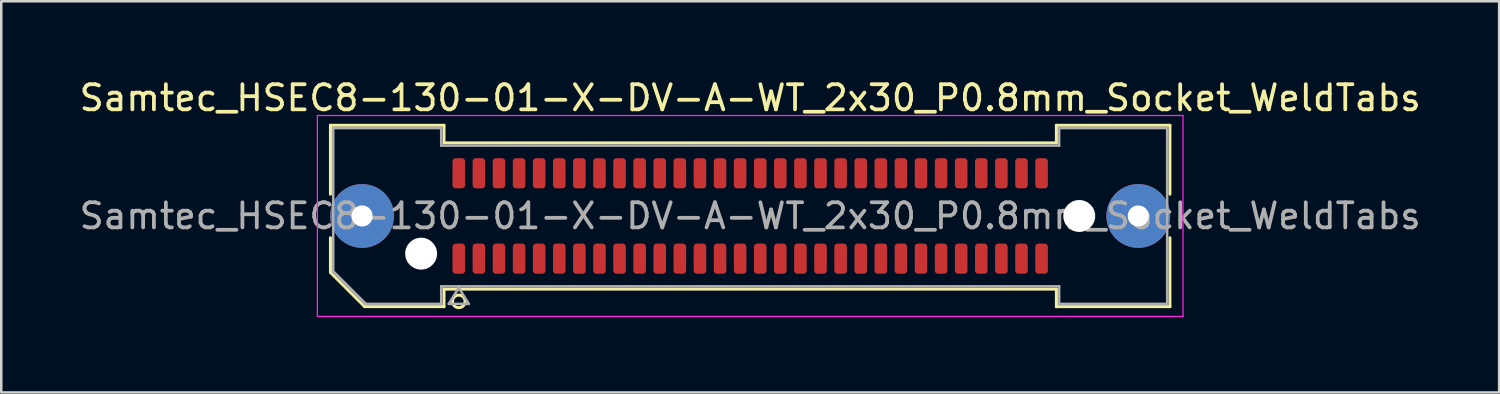
<source format=kicad_pcb>
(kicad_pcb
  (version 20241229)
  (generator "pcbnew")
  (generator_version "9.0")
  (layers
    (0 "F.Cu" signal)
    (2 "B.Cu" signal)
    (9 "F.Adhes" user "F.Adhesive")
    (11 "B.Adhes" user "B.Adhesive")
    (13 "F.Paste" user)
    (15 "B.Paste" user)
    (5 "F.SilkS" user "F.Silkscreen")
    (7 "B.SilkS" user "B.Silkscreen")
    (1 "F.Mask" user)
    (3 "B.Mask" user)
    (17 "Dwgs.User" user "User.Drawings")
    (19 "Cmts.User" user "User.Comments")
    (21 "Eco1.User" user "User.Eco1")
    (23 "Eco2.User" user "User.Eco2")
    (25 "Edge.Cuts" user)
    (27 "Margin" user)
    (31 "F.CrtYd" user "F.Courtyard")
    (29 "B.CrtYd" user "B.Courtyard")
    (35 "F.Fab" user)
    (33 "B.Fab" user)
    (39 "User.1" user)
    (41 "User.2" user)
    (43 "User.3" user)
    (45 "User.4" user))
  (footprint "Samtec_HSEC8-130-01-X-DV-A-WT_2x30_P0.8mm_Socket_WeldTabs"
    (layer "F.Cu")
    (at 26.815 5.548)
    (property "Reference" "Samtec_HSEC8-130-01-X-DV-A-WT_2x30_P0.8mm_Socket_WeldTabs" (at 0 -4.7 0) (layer "F.SilkS") (effects (font (size 1 1) (thickness 0.15))))
    (attr smd)
    (fp_line (start -16.71 -3.61) (end -12.19 -3.61) (stroke (width 0.12) (type solid)) (layer "F.SilkS"))
    (fp_line (start -16.71 -0.868) (end -16.71 -3.61) (stroke (width 0.12) (type solid)) (layer "F.SilkS"))
    (fp_line (start -16.71 2.246) (end -16.71 0.868) (stroke (width 0.12) (type solid)) (layer "F.SilkS"))
    (fp_line (start -15.346 3.61) (end -16.71 2.246) (stroke (width 0.12) (type solid)) (layer "F.SilkS"))
    (fp_line (start -12.19 -3.61) (end -12.19 -2.91) (stroke (width 0.12) (type solid)) (layer "F.SilkS"))
    (fp_line (start -12.19 -2.91) (end 12.19 -2.91) (stroke (width 0.12) (type solid)) (layer "F.SilkS"))
    (fp_line (start -12.19 2.91) (end -12.19 3.61) (stroke (width 0.12) (type solid)) (layer "F.SilkS"))
    (fp_line (start -12.19 3.61) (end -15.346 3.61) (stroke (width 0.12) (type solid)) (layer "F.SilkS"))
    (fp_line (start 12.19 -3.61) (end 16.71 -3.61) (stroke (width 0.12) (type solid)) (layer "F.SilkS"))
    (fp_line (start 12.19 -2.91) (end 12.19 -3.61) (stroke (width 0.12) (type solid)) (layer "F.SilkS"))
    (fp_line (start 12.19 2.91) (end -12.19 2.91) (stroke (width 0.12) (type solid)) (layer "F.SilkS"))
    (fp_line (start 12.19 3.61) (end 12.19 2.91) (stroke (width 0.12) (type solid)) (layer "F.SilkS"))
    (fp_line (start 16.71 -3.61) (end 16.71 -0.868) (stroke (width 0.12) (type solid)) (layer "F.SilkS"))
    (fp_line (start 16.71 0.868) (end 16.71 3.61) (stroke (width 0.12) (type solid)) (layer "F.SilkS"))
    (fp_line (start 16.71 3.61) (end 12.19 3.61) (stroke (width 0.12) (type solid)) (layer "F.SilkS"))
    (fp_circle (center -11.6 3.4) (end -11.35 3.4) (stroke (width 0.12) (type solid)) (fill no) (layer "F.SilkS"))
    (fp_line (start -17.23 -4) (end -17.23 4) (stroke (width 0.05) (type solid)) (layer "F.CrtYd"))
    (fp_line (start -17.23 4) (end 17.23 4) (stroke (width 0.05) (type solid)) (layer "F.CrtYd"))
    (fp_line (start 17.23 -4) (end -17.23 -4) (stroke (width 0.05) (type solid)) (layer "F.CrtYd"))
    (fp_line (start 17.23 4) (end 17.23 -4) (stroke (width 0.05) (type solid)) (layer "F.CrtYd"))
    (fp_line (start -16.6 -3.5) (end -12.3 -3.5) (stroke (width 0.1) (type solid)) (layer "F.Fab"))
    (fp_line (start -16.6 2.2) (end -16.6 -3.5) (stroke (width 0.1) (type solid)) (layer "F.Fab"))
    (fp_line (start -15.3 3.5) (end -16.6 2.2) (stroke (width 0.1) (type solid)) (layer "F.Fab"))
    (fp_line (start -12.3 -3.5) (end -12.3 -2.8) (stroke (width 0.1) (type solid)) (layer "F.Fab"))
    (fp_line (start -12.3 -2.8) (end 12.3 -2.8) (stroke (width 0.1) (type solid)) (layer "F.Fab"))
    (fp_line (start -12.3 2.8) (end -12.3 3.5) (stroke (width 0.1) (type solid)) (layer "F.Fab"))
    (fp_line (start -12.3 3.5) (end -15.3 3.5) (stroke (width 0.1) (type solid)) (layer "F.Fab"))
    (fp_line (start -12 3.5) (end -11.6 2.86) (stroke (width 0.1) (type solid)) (layer "F.Fab"))
    (fp_line (start -11.6 2.86) (end -11.2 3.5) (stroke (width 0.1) (type solid)) (layer "F.Fab"))
    (fp_line (start -11.2 3.5) (end -12 3.5) (stroke (width 0.1) (type solid)) (layer "F.Fab"))
    (fp_line (start 12.3 -3.5) (end 16.6 -3.5) (stroke (width 0.1) (type solid)) (layer "F.Fab"))
    (fp_line (start 12.3 -2.8) (end 12.3 -3.5) (stroke (width 0.1) (type solid)) (layer "F.Fab"))
    (fp_line (start 12.3 2.8) (end -12.3 2.8) (stroke (width 0.1) (type solid)) (layer "F.Fab"))
    (fp_line (start 12.3 3.5) (end 12.3 2.8) (stroke (width 0.1) (type solid)) (layer "F.Fab"))
    (fp_line (start 16.6 -3.5) (end 16.6 3.5) (stroke (width 0.1) (type solid)) (layer "F.Fab"))
    (fp_line (start 16.6 3.5) (end 12.3 3.5) (stroke (width 0.1) (type solid)) (layer "F.Fab"))
    (fp_text user "${REFERENCE}" (at 0 0 0) (layer "F.Fab") (effects (font (size 1 1) (thickness 0.15))))
    (pad "" thru_hole circle (at -15.45 0) (size 2.54 2.54) (drill 0.84) (layers "*.Cu" "*.Mask" "F.Paste"))
    (pad "" np_thru_hole circle (at -13.1 1.5) (size 1.27 1.27) (drill 1.27) (layers "*.Cu" "*.Mask"))
    (pad "" np_thru_hole circle (at 13.1 0) (size 1.27 1.27) (drill 1.27) (layers "*.Cu" "*.Mask"))
    (pad "" thru_hole circle (at 15.45 0) (size 2.54 2.54) (drill 0.84) (layers "*.Cu" "*.Mask" "F.Paste"))
    (pad "1" smd roundrect (at -11.6 1.7) (size 0.5 1.2) (layers "F.Cu" "F.Mask" "F.Paste") (roundrect_rratio 0.25))
    (pad "2" smd roundrect (at -11.6 -1.7) (size 0.5 1.2) (layers "F.Cu" "F.Mask" "F.Paste") (roundrect_rratio 0.25))
    (pad "3" smd roundrect (at -10.8 1.7) (size 0.5 1.2) (layers "F.Cu" "F.Mask" "F.Paste") (roundrect_rratio 0.25))
    (pad "4" smd roundrect (at -10.8 -1.7) (size 0.5 1.2) (layers "F.Cu" "F.Mask" "F.Paste") (roundrect_rratio 0.25))
    (pad "5" smd roundrect (at -10 1.7) (size 0.5 1.2) (layers "F.Cu" "F.Mask" "F.Paste") (roundrect_rratio 0.25))
    (pad "6" smd roundrect (at -10 -1.7) (size 0.5 1.2) (layers "F.Cu" "F.Mask" "F.Paste") (roundrect_rratio 0.25))
    (pad "7" smd roundrect (at -9.2 1.7) (size 0.5 1.2) (layers "F.Cu" "F.Mask" "F.Paste") (roundrect_rratio 0.25))
    (pad "8" smd roundrect (at -9.2 -1.7) (size 0.5 1.2) (layers "F.Cu" "F.Mask" "F.Paste") (roundrect_rratio 0.25))
    (pad "9" smd roundrect (at -8.4 1.7) (size 0.5 1.2) (layers "F.Cu" "F.Mask" "F.Paste") (roundrect_rratio 0.25))
    (pad "10" smd roundrect (at -8.4 -1.7) (size 0.5 1.2) (layers "F.Cu" "F.Mask" "F.Paste") (roundrect_rratio 0.25))
    (pad "11" smd roundrect (at -7.6 1.7) (size 0.5 1.2) (layers "F.Cu" "F.Mask" "F.Paste") (roundrect_rratio 0.25))
    (pad "12" smd roundrect (at -7.6 -1.7) (size 0.5 1.2) (layers "F.Cu" "F.Mask" "F.Paste") (roundrect_rratio 0.25))
    (pad "13" smd roundrect (at -6.8 1.7) (size 0.5 1.2) (layers "F.Cu" "F.Mask" "F.Paste") (roundrect_rratio 0.25))
    (pad "14" smd roundrect (at -6.8 -1.7) (size 0.5 1.2) (layers "F.Cu" "F.Mask" "F.Paste") (roundrect_rratio 0.25))
    (pad "15" smd roundrect (at -6 1.7) (size 0.5 1.2) (layers "F.Cu" "F.Mask" "F.Paste") (roundrect_rratio 0.25))
    (pad "16" smd roundrect (at -6 -1.7) (size 0.5 1.2) (layers "F.Cu" "F.Mask" "F.Paste") (roundrect_rratio 0.25))
    (pad "17" smd roundrect (at -5.2 1.7) (size 0.5 1.2) (layers "F.Cu" "F.Mask" "F.Paste") (roundrect_rratio 0.25))
    (pad "18" smd roundrect (at -5.2 -1.7) (size 0.5 1.2) (layers "F.Cu" "F.Mask" "F.Paste") (roundrect_rratio 0.25))
    (pad "19" smd roundrect (at -4.4 1.7) (size 0.5 1.2) (layers "F.Cu" "F.Mask" "F.Paste") (roundrect_rratio 0.25))
    (pad "20" smd roundrect (at -4.4 -1.7) (size 0.5 1.2) (layers "F.Cu" "F.Mask" "F.Paste") (roundrect_rratio 0.25))
    (pad "21" smd roundrect (at -3.6 1.7) (size 0.5 1.2) (layers "F.Cu" "F.Mask" "F.Paste") (roundrect_rratio 0.25))
    (pad "22" smd roundrect (at -3.6 -1.7) (size 0.5 1.2) (layers "F.Cu" "F.Mask" "F.Paste") (roundrect_rratio 0.25))
    (pad "23" smd roundrect (at -2.8 1.7) (size 0.5 1.2) (layers "F.Cu" "F.Mask" "F.Paste") (roundrect_rratio 0.25))
    (pad "24" smd roundrect (at -2.8 -1.7) (size 0.5 1.2) (layers "F.Cu" "F.Mask" "F.Paste") (roundrect_rratio 0.25))
    (pad "25" smd roundrect (at -2 1.7) (size 0.5 1.2) (layers "F.Cu" "F.Mask" "F.Paste") (roundrect_rratio 0.25))
    (pad "26" smd roundrect (at -2 -1.7) (size 0.5 1.2) (layers "F.Cu" "F.Mask" "F.Paste") (roundrect_rratio 0.25))
    (pad "27" smd roundrect (at -1.2 1.7) (size 0.5 1.2) (layers "F.Cu" "F.Mask" "F.Paste") (roundrect_rratio 0.25))
    (pad "28" smd roundrect (at -1.2 -1.7) (size 0.5 1.2) (layers "F.Cu" "F.Mask" "F.Paste") (roundrect_rratio 0.25))
    (pad "29" smd roundrect (at -0.4 1.7) (size 0.5 1.2) (layers "F.Cu" "F.Mask" "F.Paste") (roundrect_rratio 0.25))
    (pad "30" smd roundrect (at -0.4 -1.7) (size 0.5 1.2) (layers "F.Cu" "F.Mask" "F.Paste") (roundrect_rratio 0.25))
    (pad "31" smd roundrect (at 0.4 1.7) (size 0.5 1.2) (layers "F.Cu" "F.Mask" "F.Paste") (roundrect_rratio 0.25))
    (pad "32" smd roundrect (at 0.4 -1.7) (size 0.5 1.2) (layers "F.Cu" "F.Mask" "F.Paste") (roundrect_rratio 0.25))
    (pad "33" smd roundrect (at 1.2 1.7) (size 0.5 1.2) (layers "F.Cu" "F.Mask" "F.Paste") (roundrect_rratio 0.25))
    (pad "34" smd roundrect (at 1.2 -1.7) (size 0.5 1.2) (layers "F.Cu" "F.Mask" "F.Paste") (roundrect_rratio 0.25))
    (pad "35" smd roundrect (at 2 1.7) (size 0.5 1.2) (layers "F.Cu" "F.Mask" "F.Paste") (roundrect_rratio 0.25))
    (pad "36" smd roundrect (at 2 -1.7) (size 0.5 1.2) (layers "F.Cu" "F.Mask" "F.Paste") (roundrect_rratio 0.25))
    (pad "37" smd roundrect (at 2.8 1.7) (size 0.5 1.2) (layers "F.Cu" "F.Mask" "F.Paste") (roundrect_rratio 0.25))
    (pad "38" smd roundrect (at 2.8 -1.7) (size 0.5 1.2) (layers "F.Cu" "F.Mask" "F.Paste") (roundrect_rratio 0.25))
    (pad "39" smd roundrect (at 3.6 1.7) (size 0.5 1.2) (layers "F.Cu" "F.Mask" "F.Paste") (roundrect_rratio 0.25))
    (pad "40" smd roundrect (at 3.6 -1.7) (size 0.5 1.2) (layers "F.Cu" "F.Mask" "F.Paste") (roundrect_rratio 0.25))
    (pad "41" smd roundrect (at 4.4 1.7) (size 0.5 1.2) (layers "F.Cu" "F.Mask" "F.Paste") (roundrect_rratio 0.25))
    (pad "42" smd roundrect (at 4.4 -1.7) (size 0.5 1.2) (layers "F.Cu" "F.Mask" "F.Paste") (roundrect_rratio 0.25))
    (pad "43" smd roundrect (at 5.2 1.7) (size 0.5 1.2) (layers "F.Cu" "F.Mask" "F.Paste") (roundrect_rratio 0.25))
    (pad "44" smd roundrect (at 5.2 -1.7) (size 0.5 1.2) (layers "F.Cu" "F.Mask" "F.Paste") (roundrect_rratio 0.25))
    (pad "45" smd roundrect (at 6 1.7) (size 0.5 1.2) (layers "F.Cu" "F.Mask" "F.Paste") (roundrect_rratio 0.25))
    (pad "46" smd roundrect (at 6 -1.7) (size 0.5 1.2) (layers "F.Cu" "F.Mask" "F.Paste") (roundrect_rratio 0.25))
    (pad "47" smd roundrect (at 6.8 1.7) (size 0.5 1.2) (layers "F.Cu" "F.Mask" "F.Paste") (roundrect_rratio 0.25))
    (pad "48" smd roundrect (at 6.8 -1.7) (size 0.5 1.2) (layers "F.Cu" "F.Mask" "F.Paste") (roundrect_rratio 0.25))
    (pad "49" smd roundrect (at 7.6 1.7) (size 0.5 1.2) (layers "F.Cu" "F.Mask" "F.Paste") (roundrect_rratio 0.25))
    (pad "50" smd roundrect (at 7.6 -1.7) (size 0.5 1.2) (layers "F.Cu" "F.Mask" "F.Paste") (roundrect_rratio 0.25))
    (pad "51" smd roundrect (at 8.4 1.7) (size 0.5 1.2) (layers "F.Cu" "F.Mask" "F.Paste") (roundrect_rratio 0.25))
    (pad "52" smd roundrect (at 8.4 -1.7) (size 0.5 1.2) (layers "F.Cu" "F.Mask" "F.Paste") (roundrect_rratio 0.25))
    (pad "53" smd roundrect (at 9.2 1.7) (size 0.5 1.2) (layers "F.Cu" "F.Mask" "F.Paste") (roundrect_rratio 0.25))
    (pad "54" smd roundrect (at 9.2 -1.7) (size 0.5 1.2) (layers "F.Cu" "F.Mask" "F.Paste") (roundrect_rratio 0.25))
    (pad "55" smd roundrect (at 10 1.7) (size 0.5 1.2) (layers "F.Cu" "F.Mask" "F.Paste") (roundrect_rratio 0.25))
    (pad "56" smd roundrect (at 10 -1.7) (size 0.5 1.2) (layers "F.Cu" "F.Mask" "F.Paste") (roundrect_rratio 0.25))
    (pad "57" smd roundrect (at 10.8 1.7) (size 0.5 1.2) (layers "F.Cu" "F.Mask" "F.Paste") (roundrect_rratio 0.25))
    (pad "58" smd roundrect (at 10.8 -1.7) (size 0.5 1.2) (layers "F.Cu" "F.Mask" "F.Paste") (roundrect_rratio 0.25))
    (pad "59" smd roundrect (at 11.6 1.7) (size 0.5 1.2) (layers "F.Cu" "F.Mask" "F.Paste") (roundrect_rratio 0.25))
    (pad "60" smd roundrect (at 11.6 -1.7) (size 0.5 1.2) (layers "F.Cu" "F.Mask" "F.Paste") (roundrect_rratio 0.25)))
  (gr_rect
    (start -3 -3)
    (end 56.631 12.573)
    (stroke (width 0.1) (type default))
    (fill no)
    (layer "Edge.Cuts")))
</source>
